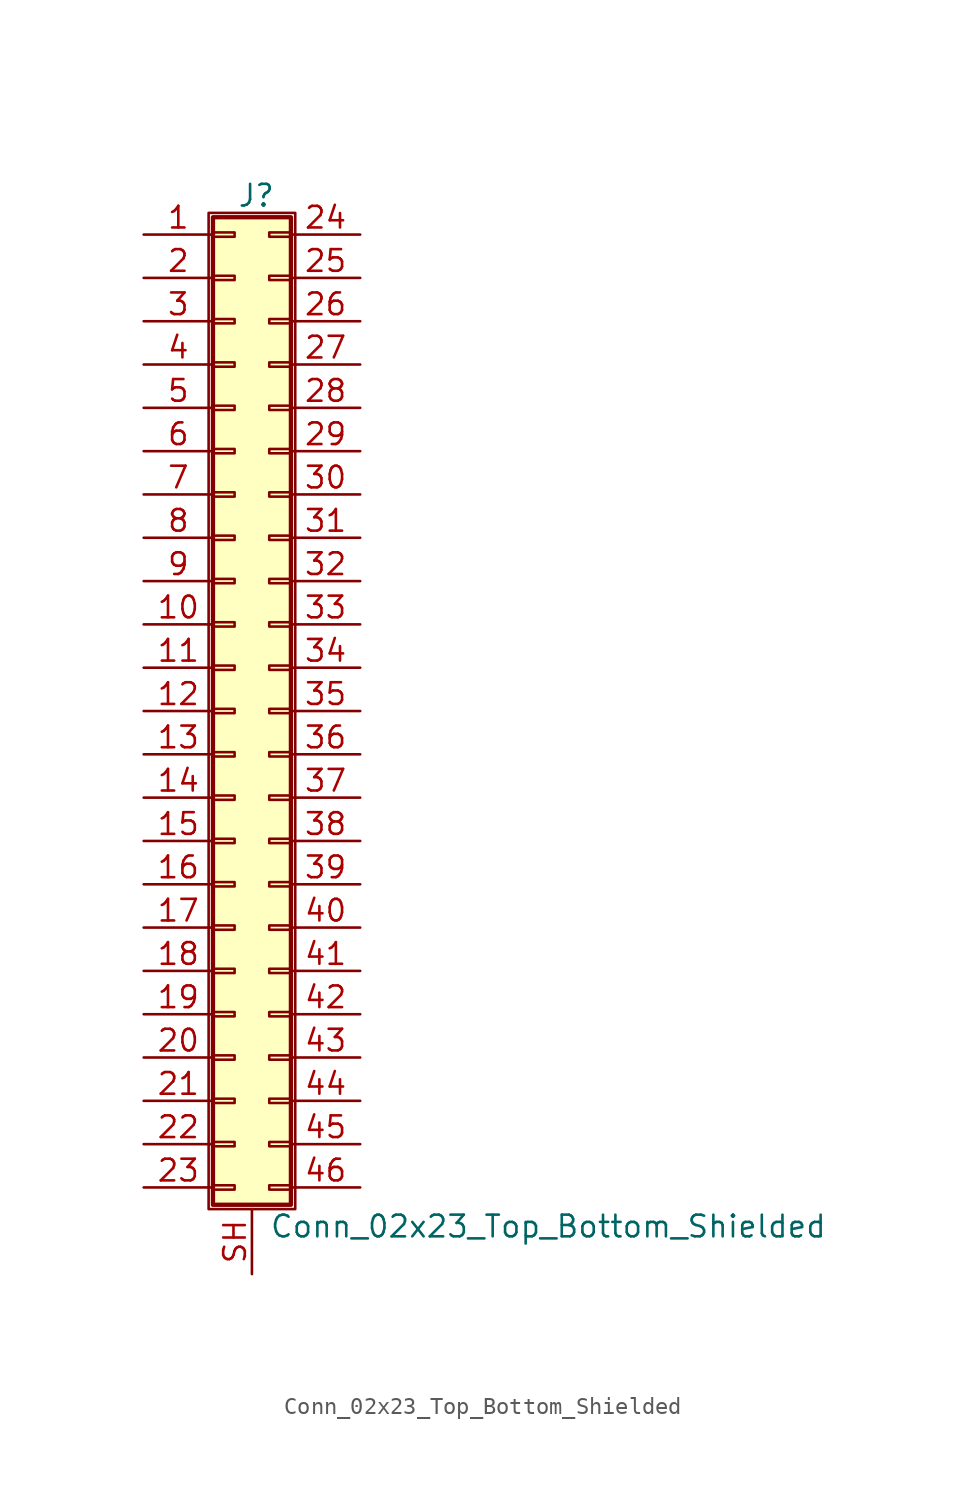
<source format=kicad_sym>
(kicad_symbol_lib
  (version 20201005)
  (generator kicad_symbol_editor)
  (symbol "Conn_02x23_Top_Bottom_Shielded"
    (pin_names
      (offset 1.016) hide)
    (property "Reference" "J"
      (at 1.524 30.226 0)
      (effects (font (size 1.27 1.27))))
    (property "Value" "Conn_02x23_Top_Bottom_Shielded"
      (at 2.286 -30.226 0)
      (effects (font (size 1.27 1.27)) (justify left)))
    (symbol "Conn_02x23_Top_Bottom_Shielded_1_1"
      (rectangle (start -1.27 29.21) (end 3.81 -29.21) (stroke (width 0.152)) (fill (type none)))
      (rectangle (start -1.016 -27.813) (end 0.254 -28.067) (stroke (width 0.152)) (fill (type none)))
      (rectangle (start -1.016 -25.273) (end 0.254 -25.527) (stroke (width 0.152)) (fill (type none)))
      (rectangle (start -1.016 -22.733) (end 0.254 -22.987) (stroke (width 0.152)) (fill (type none)))
      (rectangle (start -1.016 -20.193) (end 0.254 -20.447) (stroke (width 0.152)) (fill (type none)))
      (rectangle (start -1.016 -17.653) (end 0.254 -17.907) (stroke (width 0.152)) (fill (type none)))
      (rectangle (start -1.016 -15.113) (end 0.254 -15.367) (stroke (width 0.152)) (fill (type none)))
      (rectangle (start -1.016 -12.573) (end 0.254 -12.827) (stroke (width 0.152)) (fill (type none)))
      (rectangle (start -1.016 -10.033) (end 0.254 -10.287) (stroke (width 0.152)) (fill (type none)))
      (rectangle (start -1.016 -7.493) (end 0.254 -7.747) (stroke (width 0.152)) (fill (type none)))
      (rectangle (start -1.016 -4.953) (end 0.254 -5.207) (stroke (width 0.152)) (fill (type none)))
      (rectangle (start -1.016 -2.413) (end 0.254 -2.667) (stroke (width 0.152)) (fill (type none)))
      (rectangle (start -1.016 0.127) (end 0.254 -0.127) (stroke (width 0.152)) (fill (type none)))
      (rectangle (start -1.016 2.667) (end 0.254 2.413) (stroke (width 0.152)) (fill (type none)))
      (rectangle (start -1.016 5.207) (end 0.254 4.953) (stroke (width 0.152)) (fill (type none)))
      (rectangle (start -1.016 7.747) (end 0.254 7.493) (stroke (width 0.152)) (fill (type none)))
      (rectangle (start -1.016 10.287) (end 0.254 10.033) (stroke (width 0.152)) (fill (type none)))
      (rectangle (start -1.016 12.827) (end 0.254 12.573) (stroke (width 0.152)) (fill (type none)))
      (rectangle (start -1.016 15.367) (end 0.254 15.113) (stroke (width 0.152)) (fill (type none)))
      (rectangle (start -1.016 17.907) (end 0.254 17.653) (stroke (width 0.152)) (fill (type none)))
      (rectangle (start -1.016 20.447) (end 0.254 20.193) (stroke (width 0.152)) (fill (type none)))
      (rectangle (start -1.016 22.987) (end 0.254 22.733) (stroke (width 0.152)) (fill (type none)))
      (rectangle (start -1.016 25.527) (end 0.254 25.273) (stroke (width 0.152)) (fill (type none)))
      (rectangle (start -1.016 28.067) (end 0.254 27.813) (stroke (width 0.152)) (fill (type none)))
      (rectangle (start -1.016 28.956) (end 3.556 -28.956) (stroke (width 0.254)) (fill (type background)))
      (rectangle (start 3.556 -27.813) (end 2.286 -28.067) (stroke (width 0.152)) (fill (type none)))
      (rectangle (start 3.556 -25.273) (end 2.286 -25.527) (stroke (width 0.152)) (fill (type none)))
      (rectangle (start 3.556 -22.733) (end 2.286 -22.987) (stroke (width 0.152)) (fill (type none)))
      (rectangle (start 3.556 -20.193) (end 2.286 -20.447) (stroke (width 0.152)) (fill (type none)))
      (rectangle (start 3.556 -17.653) (end 2.286 -17.907) (stroke (width 0.152)) (fill (type none)))
      (rectangle (start 3.556 -15.113) (end 2.286 -15.367) (stroke (width 0.152)) (fill (type none)))
      (rectangle (start 3.556 -12.573) (end 2.286 -12.827) (stroke (width 0.152)) (fill (type none)))
      (rectangle (start 3.556 -10.033) (end 2.286 -10.287) (stroke (width 0.152)) (fill (type none)))
      (rectangle (start 3.556 -7.493) (end 2.286 -7.747) (stroke (width 0.152)) (fill (type none)))
      (rectangle (start 3.556 -4.953) (end 2.286 -5.207) (stroke (width 0.152)) (fill (type none)))
      (rectangle (start 3.556 -2.413) (end 2.286 -2.667) (stroke (width 0.152)) (fill (type none)))
      (rectangle (start 3.556 0.127) (end 2.286 -0.127) (stroke (width 0.152)) (fill (type none)))
      (rectangle (start 3.556 2.667) (end 2.286 2.413) (stroke (width 0.152)) (fill (type none)))
      (rectangle (start 3.556 5.207) (end 2.286 4.953) (stroke (width 0.152)) (fill (type none)))
      (rectangle (start 3.556 7.747) (end 2.286 7.493) (stroke (width 0.152)) (fill (type none)))
      (rectangle (start 3.556 10.287) (end 2.286 10.033) (stroke (width 0.152)) (fill (type none)))
      (rectangle (start 3.556 12.827) (end 2.286 12.573) (stroke (width 0.152)) (fill (type none)))
      (rectangle (start 3.556 15.367) (end 2.286 15.113) (stroke (width 0.152)) (fill (type none)))
      (rectangle (start 3.556 17.907) (end 2.286 17.653) (stroke (width 0.152)) (fill (type none)))
      (rectangle (start 3.556 20.447) (end 2.286 20.193) (stroke (width 0.152)) (fill (type none)))
      (rectangle (start 3.556 22.987) (end 2.286 22.733) (stroke (width 0.152)) (fill (type none)))
      (rectangle (start 3.556 25.527) (end 2.286 25.273) (stroke (width 0.152)) (fill (type none)))
      (rectangle (start 3.556 28.067) (end 2.286 27.813) (stroke (width 0.152)) (fill (type none)))
      (pin passive line (at -5.08 27.94 0) (length 4.064) (name "Pin_1" (effects (font (size 1.27 1.27)))) (number "1" (effects (font (size 1.27 1.27)))))
      (pin passive line (at -5.08 5.08 0) (length 4.064) (name "Pin_10" (effects (font (size 1.27 1.27)))) (number "10" (effects (font (size 1.27 1.27)))))
      (pin passive line (at -5.08 2.54 0) (length 4.064) (name "Pin_11" (effects (font (size 1.27 1.27)))) (number "11" (effects (font (size 1.27 1.27)))))
      (pin passive line (at -5.08 0 0) (length 4.064) (name "Pin_12" (effects (font (size 1.27 1.27)))) (number "12" (effects (font (size 1.27 1.27)))))
      (pin passive line (at -5.08 -2.54 0) (length 4.064) (name "Pin_13" (effects (font (size 1.27 1.27)))) (number "13" (effects (font (size 1.27 1.27)))))
      (pin passive line (at -5.08 -5.08 0) (length 4.064) (name "Pin_14" (effects (font (size 1.27 1.27)))) (number "14" (effects (font (size 1.27 1.27)))))
      (pin passive line (at -5.08 -7.62 0) (length 4.064) (name "Pin_15" (effects (font (size 1.27 1.27)))) (number "15" (effects (font (size 1.27 1.27)))))
      (pin passive line (at -5.08 -10.16 0) (length 4.064) (name "Pin_16" (effects (font (size 1.27 1.27)))) (number "16" (effects (font (size 1.27 1.27)))))
      (pin passive line (at -5.08 -12.7 0) (length 4.064) (name "Pin_17" (effects (font (size 1.27 1.27)))) (number "17" (effects (font (size 1.27 1.27)))))
      (pin passive line (at -5.08 -15.24 0) (length 4.064) (name "Pin_18" (effects (font (size 1.27 1.27)))) (number "18" (effects (font (size 1.27 1.27)))))
      (pin passive line (at -5.08 -17.78 0) (length 4.064) (name "Pin_19" (effects (font (size 1.27 1.27)))) (number "19" (effects (font (size 1.27 1.27)))))
      (pin passive line (at -5.08 25.4 0) (length 4.064) (name "Pin_2" (effects (font (size 1.27 1.27)))) (number "2" (effects (font (size 1.27 1.27)))))
      (pin passive line (at -5.08 -20.32 0) (length 4.064) (name "Pin_20" (effects (font (size 1.27 1.27)))) (number "20" (effects (font (size 1.27 1.27)))))
      (pin passive line (at -5.08 -22.86 0) (length 4.064) (name "Pin_21" (effects (font (size 1.27 1.27)))) (number "21" (effects (font (size 1.27 1.27)))))
      (pin passive line (at -5.08 -25.4 0) (length 4.064) (name "Pin_22" (effects (font (size 1.27 1.27)))) (number "22" (effects (font (size 1.27 1.27)))))
      (pin passive line (at -5.08 -27.94 0) (length 4.064) (name "Pin_23" (effects (font (size 1.27 1.27)))) (number "23" (effects (font (size 1.27 1.27)))))
      (pin passive line (at 7.62 27.94 180) (length 4.064) (name "Pin_24" (effects (font (size 1.27 1.27)))) (number "24" (effects (font (size 1.27 1.27)))))
      (pin passive line (at 7.62 25.4 180) (length 4.064) (name "Pin_25" (effects (font (size 1.27 1.27)))) (number "25" (effects (font (size 1.27 1.27)))))
      (pin passive line (at 7.62 22.86 180) (length 4.064) (name "Pin_26" (effects (font (size 1.27 1.27)))) (number "26" (effects (font (size 1.27 1.27)))))
      (pin passive line (at 7.62 20.32 180) (length 4.064) (name "Pin_27" (effects (font (size 1.27 1.27)))) (number "27" (effects (font (size 1.27 1.27)))))
      (pin passive line (at 7.62 17.78 180) (length 4.064) (name "Pin_28" (effects (font (size 1.27 1.27)))) (number "28" (effects (font (size 1.27 1.27)))))
      (pin passive line (at 7.62 15.24 180) (length 4.064) (name "Pin_29" (effects (font (size 1.27 1.27)))) (number "29" (effects (font (size 1.27 1.27)))))
      (pin passive line (at -5.08 22.86 0) (length 4.064) (name "Pin_3" (effects (font (size 1.27 1.27)))) (number "3" (effects (font (size 1.27 1.27)))))
      (pin passive line (at 7.62 12.7 180) (length 4.064) (name "Pin_30" (effects (font (size 1.27 1.27)))) (number "30" (effects (font (size 1.27 1.27)))))
      (pin passive line (at 7.62 10.16 180) (length 4.064) (name "Pin_31" (effects (font (size 1.27 1.27)))) (number "31" (effects (font (size 1.27 1.27)))))
      (pin passive line (at 7.62 7.62 180) (length 4.064) (name "Pin_32" (effects (font (size 1.27 1.27)))) (number "32" (effects (font (size 1.27 1.27)))))
      (pin passive line (at 7.62 5.08 180) (length 4.064) (name "Pin_33" (effects (font (size 1.27 1.27)))) (number "33" (effects (font (size 1.27 1.27)))))
      (pin passive line (at 7.62 2.54 180) (length 4.064) (name "Pin_34" (effects (font (size 1.27 1.27)))) (number "34" (effects (font (size 1.27 1.27)))))
      (pin passive line (at 7.62 0 180) (length 4.064) (name "Pin_35" (effects (font (size 1.27 1.27)))) (number "35" (effects (font (size 1.27 1.27)))))
      (pin passive line (at 7.62 -2.54 180) (length 4.064) (name "Pin_36" (effects (font (size 1.27 1.27)))) (number "36" (effects (font (size 1.27 1.27)))))
      (pin passive line (at 7.62 -5.08 180) (length 4.064) (name "Pin_37" (effects (font (size 1.27 1.27)))) (number "37" (effects (font (size 1.27 1.27)))))
      (pin passive line (at 7.62 -7.62 180) (length 4.064) (name "Pin_38" (effects (font (size 1.27 1.27)))) (number "38" (effects (font (size 1.27 1.27)))))
      (pin passive line (at 7.62 -10.16 180) (length 4.064) (name "Pin_39" (effects (font (size 1.27 1.27)))) (number "39" (effects (font (size 1.27 1.27)))))
      (pin passive line (at -5.08 20.32 0) (length 4.064) (name "Pin_4" (effects (font (size 1.27 1.27)))) (number "4" (effects (font (size 1.27 1.27)))))
      (pin passive line (at 7.62 -12.7 180) (length 4.064) (name "Pin_40" (effects (font (size 1.27 1.27)))) (number "40" (effects (font (size 1.27 1.27)))))
      (pin passive line (at 7.62 -15.24 180) (length 4.064) (name "Pin_41" (effects (font (size 1.27 1.27)))) (number "41" (effects (font (size 1.27 1.27)))))
      (pin passive line (at 7.62 -17.78 180) (length 4.064) (name "Pin_42" (effects (font (size 1.27 1.27)))) (number "42" (effects (font (size 1.27 1.27)))))
      (pin passive line (at 7.62 -20.32 180) (length 4.064) (name "Pin_43" (effects (font (size 1.27 1.27)))) (number "43" (effects (font (size 1.27 1.27)))))
      (pin passive line (at 7.62 -22.86 180) (length 4.064) (name "Pin_44" (effects (font (size 1.27 1.27)))) (number "44" (effects (font (size 1.27 1.27)))))
      (pin passive line (at 7.62 -25.4 180) (length 4.064) (name "Pin_45" (effects (font (size 1.27 1.27)))) (number "45" (effects (font (size 1.27 1.27)))))
      (pin passive line (at 7.62 -27.94 180) (length 4.064) (name "Pin_46" (effects (font (size 1.27 1.27)))) (number "46" (effects (font (size 1.27 1.27)))))
      (pin passive line (at -5.08 17.78 0) (length 4.064) (name "Pin_5" (effects (font (size 1.27 1.27)))) (number "5" (effects (font (size 1.27 1.27)))))
      (pin passive line (at -5.08 15.24 0) (length 4.064) (name "Pin_6" (effects (font (size 1.27 1.27)))) (number "6" (effects (font (size 1.27 1.27)))))
      (pin passive line (at -5.08 12.7 0) (length 4.064) (name "Pin_7" (effects (font (size 1.27 1.27)))) (number "7" (effects (font (size 1.27 1.27)))))
      (pin passive line (at -5.08 10.16 0) (length 4.064) (name "Pin_8" (effects (font (size 1.27 1.27)))) (number "8" (effects (font (size 1.27 1.27)))))
      (pin passive line (at -5.08 7.62 0) (length 4.064) (name "Pin_9" (effects (font (size 1.27 1.27)))) (number "9" (effects (font (size 1.27 1.27)))))
      (pin passive line (at 1.27 -33.02 90) (length 3.81) (name "Shield" (effects (font (size 1.27 1.27)))) (number "SH" (effects (font (size 1.27 1.27))))))))
</source>
